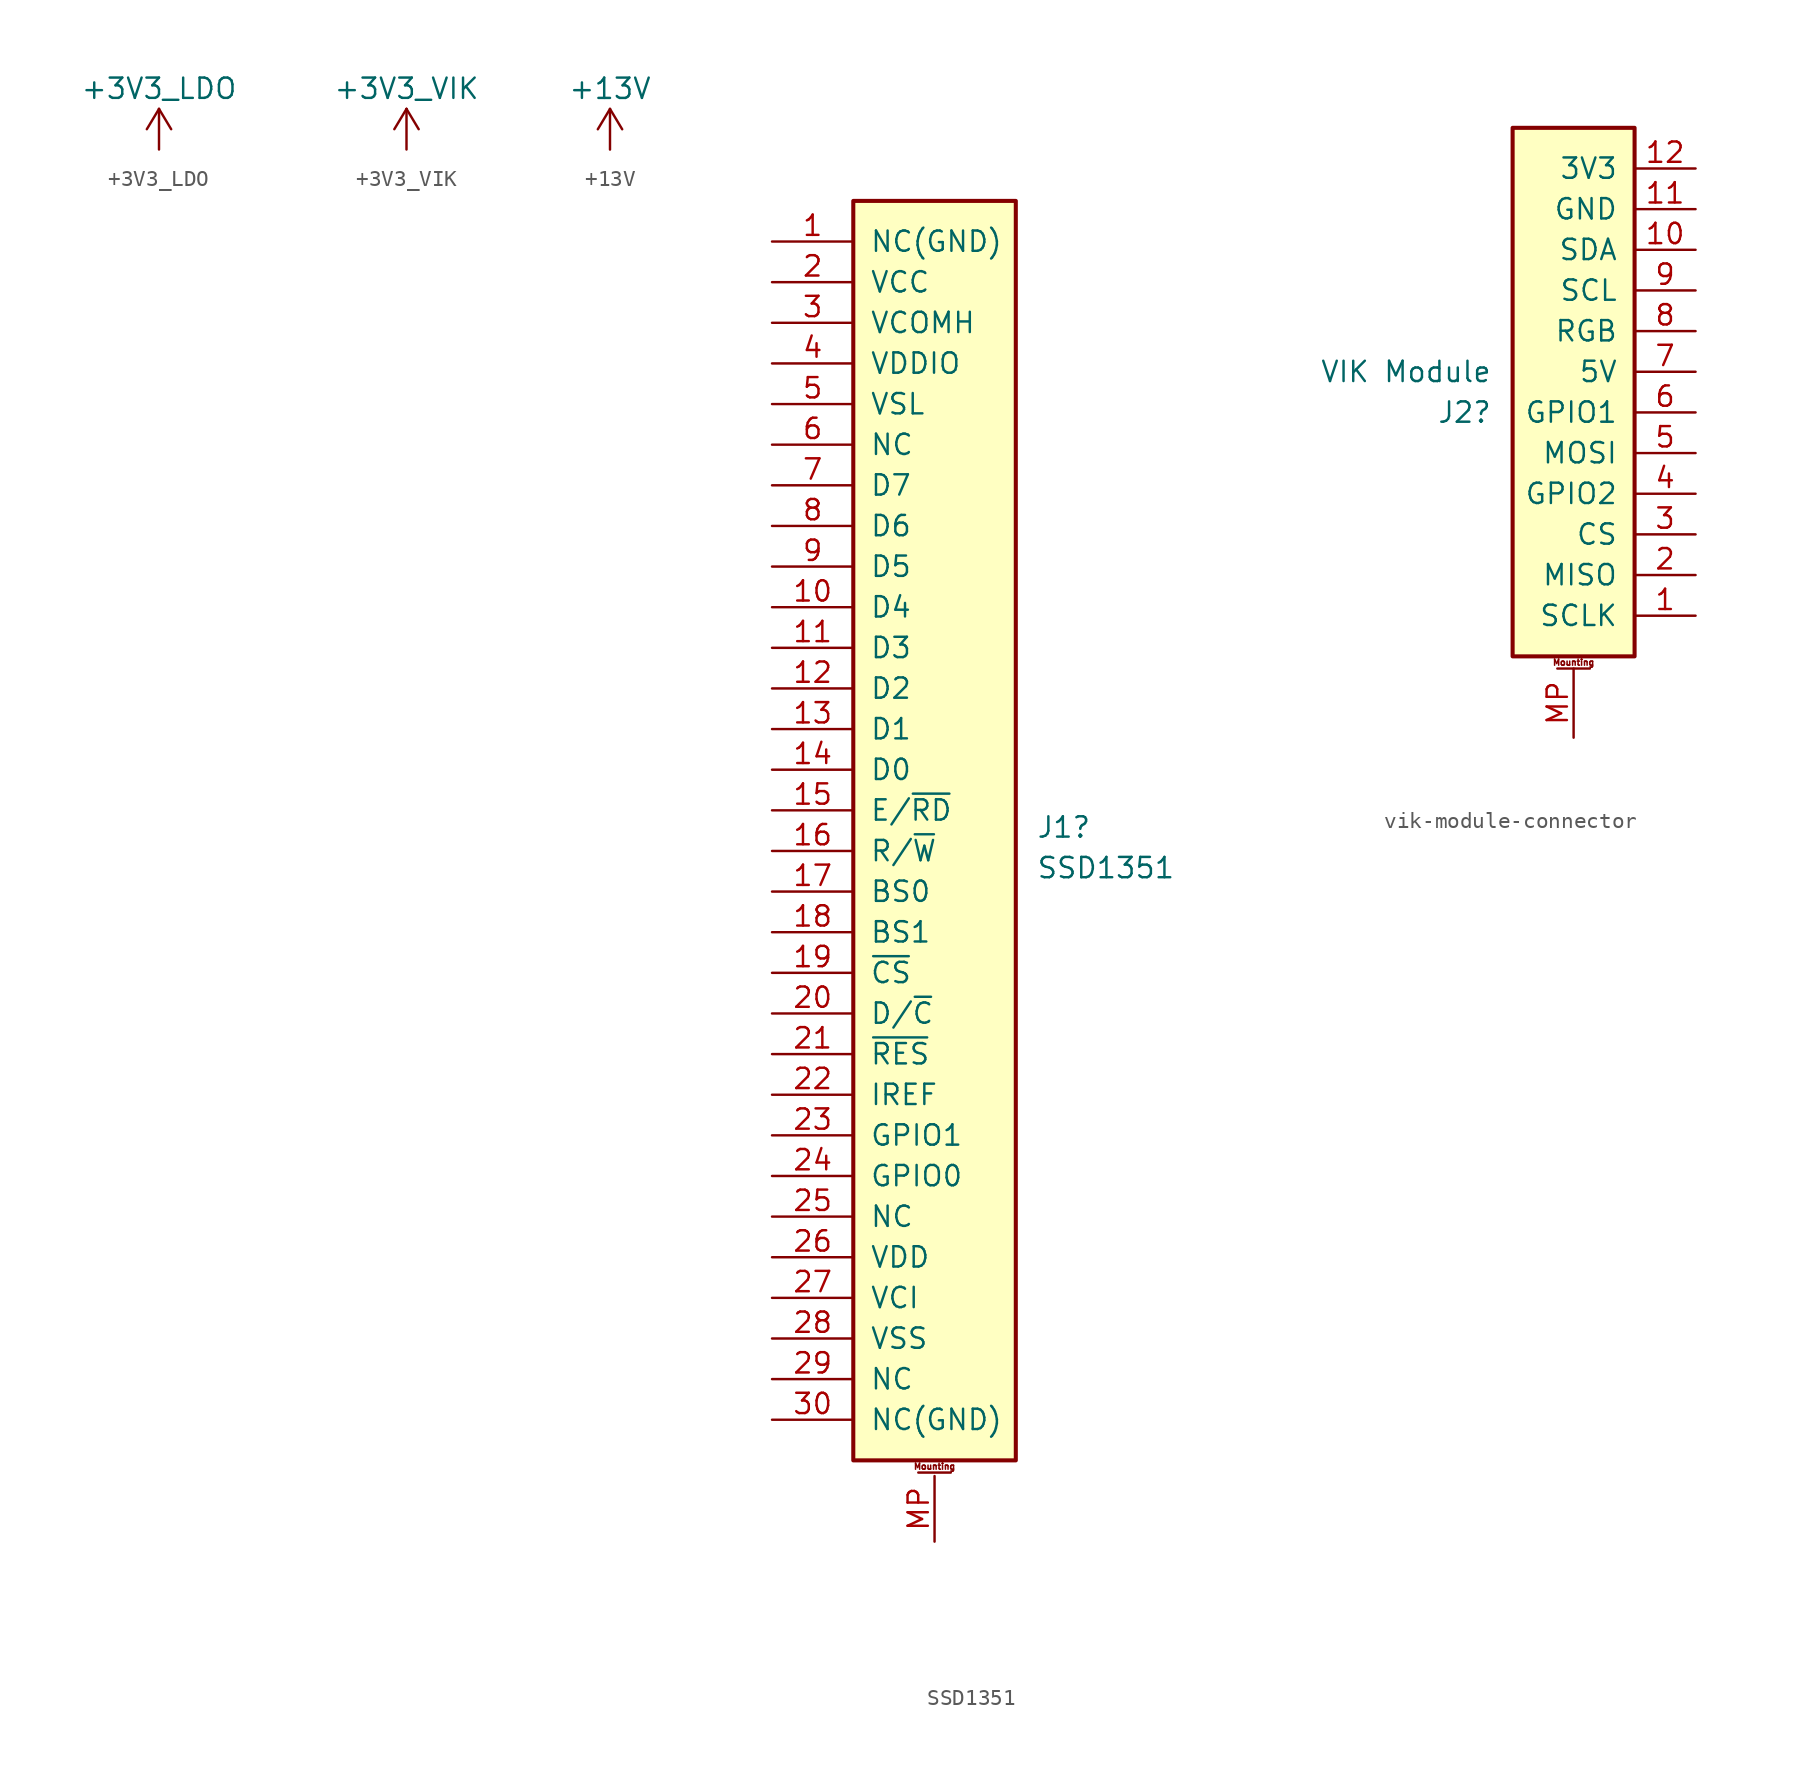
<source format=kicad_sym>
(kicad_symbol_lib
  (version 20220914)
  (generator kicad_symbol_editor)
  (symbol "+3V3_LDO"
    (power)
    (pin_names
      (offset 0))
    (property "Reference" "#PWR011"
      (at 0 -3.81 0)
      (effects (font (size 1.27 1.27)) hide))
    (property "Value" "+3V3_LDO"
      (at 0 3.81 0)
      (effects (font (size 1.27 1.27))))
    (symbol "+3V3_LDO_0_1"
      (polyline (pts (xy -0.762 1.27) (xy 0 2.54)) (stroke (width 0) (type default)) (fill (type none)))
      (polyline (pts (xy 0 0) (xy 0 2.54)) (stroke (width 0) (type default)) (fill (type none)))
      (polyline (pts (xy 0 2.54) (xy 0.762 1.27)) (stroke (width 0) (type default)) (fill (type none))))
    (symbol "+3V3_LDO_1_1"
      (pin power_in line (at 0 0 90) (length 0) hide (name "+3V3_LDO" (effects (font (size 1.27 1.27)))) (number "1" (effects (font (size 1.27 1.27)))))))
  (symbol "+3V3_VIK"
    (power)
    (pin_names
      (offset 0))
    (property "Reference" "#PWR011"
      (at 0 -3.81 0)
      (effects (font (size 1.27 1.27)) hide))
    (property "Value" "+3V3_VIK"
      (at 0 3.81 0)
      (effects (font (size 1.27 1.27))))
    (symbol "+3V3_VIK_0_1"
      (polyline (pts (xy -0.762 1.27) (xy 0 2.54)) (stroke (width 0) (type default)) (fill (type none)))
      (polyline (pts (xy 0 0) (xy 0 2.54)) (stroke (width 0) (type default)) (fill (type none)))
      (polyline (pts (xy 0 2.54) (xy 0.762 1.27)) (stroke (width 0) (type default)) (fill (type none))))
    (symbol "+3V3_VIK_1_1"
      (pin power_in line (at 0 0 90) (length 0) hide (name "+3V3_VIK" (effects (font (size 1.27 1.27)))) (number "1" (effects (font (size 1.27 1.27)))))))
  (symbol "+13V"
    (power)
    (pin_names
      (offset 0))
    (property "Reference" "#PWR01"
      (at 0 -3.81 0)
      (effects (font (size 1.27 1.27)) hide))
    (property "Value" "+13V"
      (at 0 3.81 0)
      (effects (font (size 1.27 1.27))))
    (symbol "+13V_0_1"
      (polyline (pts (xy -0.762 1.27) (xy 0 2.54)) (stroke (width 0) (type default)) (fill (type none)))
      (polyline (pts (xy 0 0) (xy 0 2.54)) (stroke (width 0) (type default)) (fill (type none)))
      (polyline (pts (xy 0 2.54) (xy 0.762 1.27)) (stroke (width 0) (type default)) (fill (type none))))
    (symbol "+13V_1_1"
      (pin power_in line (at 0 0 90) (length 0) hide (name "+13V" (effects (font (size 1.27 1.27)))) (number "1" (effects (font (size 1.27 1.27)))))))
  (symbol "SSD1351"
    (pin_names
      (offset 1.016))
    (property "Reference" "J1"
      (at 6.35 -1.062 0)
      (effects (font (size 1.27 1.27)) (justify left)))
    (property "Value" "SSD1351"
      (at 6.35 -3.602 0)
      (effects (font (size 1.27 1.27)) (justify left)))
    (symbol "SSD1351_1_1"
      (rectangle (start -5.08 38.1) (end 5.08 -40.64) (stroke (width 0.254) (type default)) (fill (type background)))
      (polyline (pts (xy -1.016 -41.402) (xy 1.016 -41.402)) (stroke (width 0.152) (type default)) (fill (type none)))
      (text "Mounting" (at 0 -41.021 0) (effects (font (size 0.381 0.381))))
      (pin passive line (at -10.16 35.56 0) (length 5.08) (name "NC(GND)" (effects (font (size 1.27 1.27)))) (number "1" (effects (font (size 1.27 1.27)))))
      (pin passive line (at -10.16 12.7 0) (length 5.08) (name "D4" (effects (font (size 1.27 1.27)))) (number "10" (effects (font (size 1.27 1.27)))))
      (pin passive line (at -10.16 10.16 0) (length 5.08) (name "D3" (effects (font (size 1.27 1.27)))) (number "11" (effects (font (size 1.27 1.27)))))
      (pin passive line (at -10.16 7.62 0) (length 5.08) (name "D2" (effects (font (size 1.27 1.27)))) (number "12" (effects (font (size 1.27 1.27)))))
      (pin passive line (at -10.16 5.08 0) (length 5.08) (name "D1" (effects (font (size 1.27 1.27)))) (number "13" (effects (font (size 1.27 1.27)))))
      (pin passive line (at -10.16 2.54 0) (length 5.08) (name "D0" (effects (font (size 1.27 1.27)))) (number "14" (effects (font (size 1.27 1.27)))))
      (pin passive line (at -10.16 0 0) (length 5.08) (name "E/~{RD}" (effects (font (size 1.27 1.27)))) (number "15" (effects (font (size 1.27 1.27)))))
      (pin passive line (at -10.16 -2.54 0) (length 5.08) (name "R/~{W}" (effects (font (size 1.27 1.27)))) (number "16" (effects (font (size 1.27 1.27)))))
      (pin passive line (at -10.16 -5.08 0) (length 5.08) (name "BS0" (effects (font (size 1.27 1.27)))) (number "17" (effects (font (size 1.27 1.27)))))
      (pin passive line (at -10.16 -7.62 0) (length 5.08) (name "BS1" (effects (font (size 1.27 1.27)))) (number "18" (effects (font (size 1.27 1.27)))))
      (pin passive line (at -10.16 -10.16 0) (length 5.08) (name "~{CS}" (effects (font (size 1.27 1.27)))) (number "19" (effects (font (size 1.27 1.27)))))
      (pin passive line (at -10.16 33.02 0) (length 5.08) (name "VCC" (effects (font (size 1.27 1.27)))) (number "2" (effects (font (size 1.27 1.27)))))
      (pin passive line (at -10.16 -12.7 0) (length 5.08) (name "D/~{C}" (effects (font (size 1.27 1.27)))) (number "20" (effects (font (size 1.27 1.27)))))
      (pin passive line (at -10.16 -15.24 0) (length 5.08) (name "~{RES}" (effects (font (size 1.27 1.27)))) (number "21" (effects (font (size 1.27 1.27)))))
      (pin passive line (at -10.16 -17.78 0) (length 5.08) (name "IREF" (effects (font (size 1.27 1.27)))) (number "22" (effects (font (size 1.27 1.27)))))
      (pin passive line (at -10.16 -20.32 0) (length 5.08) (name "GPIO1" (effects (font (size 1.27 1.27)))) (number "23" (effects (font (size 1.27 1.27)))))
      (pin passive line (at -10.16 -22.86 0) (length 5.08) (name "GPIO0" (effects (font (size 1.27 1.27)))) (number "24" (effects (font (size 1.27 1.27)))))
      (pin passive line (at -10.16 -25.4 0) (length 5.08) (name "NC" (effects (font (size 1.27 1.27)))) (number "25" (effects (font (size 1.27 1.27)))))
      (pin passive line (at -10.16 -27.94 0) (length 5.08) (name "VDD" (effects (font (size 1.27 1.27)))) (number "26" (effects (font (size 1.27 1.27)))))
      (pin passive line (at -10.16 -30.48 0) (length 5.08) (name "VCI" (effects (font (size 1.27 1.27)))) (number "27" (effects (font (size 1.27 1.27)))))
      (pin passive line (at -10.16 -33.02 0) (length 5.08) (name "VSS" (effects (font (size 1.27 1.27)))) (number "28" (effects (font (size 1.27 1.27)))))
      (pin passive line (at -10.16 -35.56 0) (length 5.08) (name "NC" (effects (font (size 1.27 1.27)))) (number "29" (effects (font (size 1.27 1.27)))))
      (pin passive line (at -10.16 30.48 0) (length 5.08) (name "VCOMH" (effects (font (size 1.27 1.27)))) (number "3" (effects (font (size 1.27 1.27)))))
      (pin passive line (at -10.16 -38.1 0) (length 5.08) (name "NC(GND)" (effects (font (size 1.27 1.27)))) (number "30" (effects (font (size 1.27 1.27)))))
      (pin passive line (at -10.16 27.94 0) (length 5.08) (name "VDDIO" (effects (font (size 1.27 1.27)))) (number "4" (effects (font (size 1.27 1.27)))))
      (pin passive line (at -10.16 25.4 0) (length 5.08) (name "VSL" (effects (font (size 1.27 1.27)))) (number "5" (effects (font (size 1.27 1.27)))))
      (pin passive line (at -10.16 22.86 0) (length 5.08) (name "NC" (effects (font (size 1.27 1.27)))) (number "6" (effects (font (size 1.27 1.27)))))
      (pin passive line (at -10.16 20.32 0) (length 5.08) (name "D7" (effects (font (size 1.27 1.27)))) (number "7" (effects (font (size 1.27 1.27)))))
      (pin passive line (at -10.16 17.78 0) (length 5.08) (name "D6" (effects (font (size 1.27 1.27)))) (number "8" (effects (font (size 1.27 1.27)))))
      (pin passive line (at -10.16 15.24 0) (length 5.08) (name "D5" (effects (font (size 1.27 1.27)))) (number "9" (effects (font (size 1.27 1.27)))))
      (pin passive line (at 0 -45.72 90) (length 4.1) (name "" (effects (font (size 1.27 1.27)))) (number "MP" (effects (font (size 1.27 1.27)))))))
  (symbol "vik-module-connector"
    (pin_names
      (offset 1.016))
    (property "Reference" "J2"
      (at -5.08 -2.54 0)
      (effects (font (size 1.27 1.27)) (justify right)))
    (property "Value" "VIK Module"
      (at -5.08 0 0)
      (effects (font (size 1.27 1.27)) (justify right)))
    (symbol "vik-module-connector_1_1"
      (rectangle (start -3.81 -17.78) (end 3.81 15.24) (stroke (width 0.254) (type default)) (fill (type background)))
      (polyline (pts (xy 1.016 -18.542) (xy -1.016 -18.542)) (stroke (width 0.152) (type default)) (fill (type none)))
      (text "Mounting" (at 0 -18.161 0) (effects (font (size 0.381 0.381))))
      (pin passive line (at 7.62 -15.24 180) (length 3.81) (name "SCLK" (effects (font (size 1.27 1.27)))) (number "1" (effects (font (size 1.27 1.27)))))
      (pin passive line (at 7.62 7.62 180) (length 3.81) (name "SDA" (effects (font (size 1.27 1.27)))) (number "10" (effects (font (size 1.27 1.27)))))
      (pin passive line (at 7.62 10.16 180) (length 3.81) (name "GND" (effects (font (size 1.27 1.27)))) (number "11" (effects (font (size 1.27 1.27)))))
      (pin passive line (at 7.62 12.7 180) (length 3.81) (name "3V3" (effects (font (size 1.27 1.27)))) (number "12" (effects (font (size 1.27 1.27)))))
      (pin passive line (at 7.62 -12.7 180) (length 3.81) (name "MISO" (effects (font (size 1.27 1.27)))) (number "2" (effects (font (size 1.27 1.27)))))
      (pin passive line (at 7.62 -10.16 180) (length 3.81) (name "CS" (effects (font (size 1.27 1.27)))) (number "3" (effects (font (size 1.27 1.27)))))
      (pin passive line (at 7.62 -7.62 180) (length 3.81) (name "GPIO2" (effects (font (size 1.27 1.27)))) (number "4" (effects (font (size 1.27 1.27)))))
      (pin passive line (at 7.62 -5.08 180) (length 3.81) (name "MOSI" (effects (font (size 1.27 1.27)))) (number "5" (effects (font (size 1.27 1.27)))))
      (pin passive line (at 7.62 -2.54 180) (length 3.81) (name "GPIO1" (effects (font (size 1.27 1.27)))) (number "6" (effects (font (size 1.27 1.27)))))
      (pin passive line (at 7.62 0 180) (length 3.81) (name "5V" (effects (font (size 1.27 1.27)))) (number "7" (effects (font (size 1.27 1.27)))))
      (pin passive line (at 7.62 2.54 180) (length 3.81) (name "RGB" (effects (font (size 1.27 1.27)))) (number "8" (effects (font (size 1.27 1.27)))))
      (pin passive line (at 7.62 5.08 180) (length 3.81) (name "SCL" (effects (font (size 1.27 1.27)))) (number "9" (effects (font (size 1.27 1.27)))))
      (pin passive line (at 0 -22.86 90) (length 4.318) (name "" (effects (font (size 1.27 1.27)))) (number "MP" (effects (font (size 1.27 1.27))))))))
</source>
